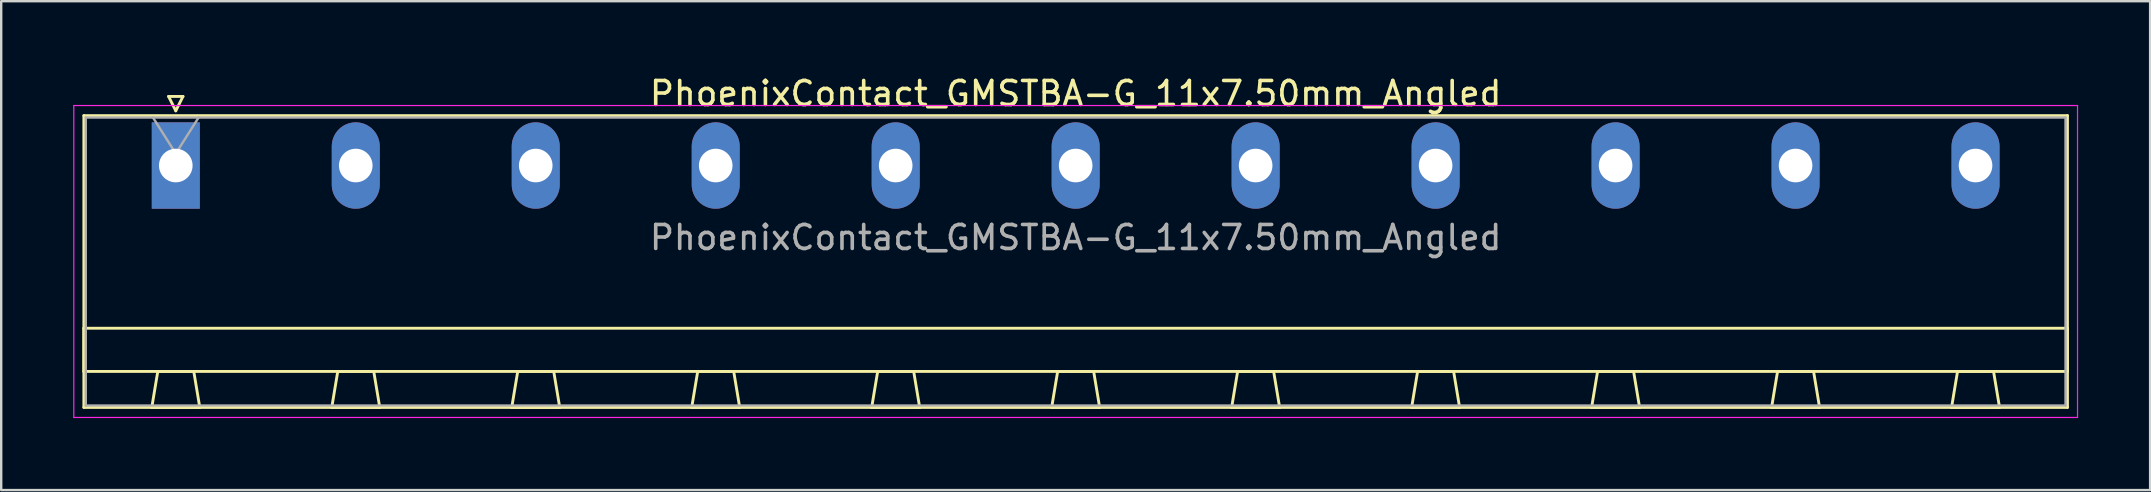
<source format=kicad_pcb>
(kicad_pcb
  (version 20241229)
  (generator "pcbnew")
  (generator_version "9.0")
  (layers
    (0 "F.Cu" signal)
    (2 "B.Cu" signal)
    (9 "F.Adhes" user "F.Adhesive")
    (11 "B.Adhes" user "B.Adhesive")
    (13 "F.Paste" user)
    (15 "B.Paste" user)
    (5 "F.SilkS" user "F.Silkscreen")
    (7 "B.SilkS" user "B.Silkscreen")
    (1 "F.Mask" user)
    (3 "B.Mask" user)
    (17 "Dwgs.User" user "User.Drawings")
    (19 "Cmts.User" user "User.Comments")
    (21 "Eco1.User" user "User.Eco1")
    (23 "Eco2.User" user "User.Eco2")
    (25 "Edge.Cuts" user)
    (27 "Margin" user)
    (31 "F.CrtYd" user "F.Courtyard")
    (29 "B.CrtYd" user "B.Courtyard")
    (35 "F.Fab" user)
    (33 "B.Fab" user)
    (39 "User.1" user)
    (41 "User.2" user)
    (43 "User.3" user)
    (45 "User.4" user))
  (footprint "PhoenixContact_GMSTBA-G_11x7.50mm_Angled"
    (layer "F.Cu")
    (at 4.275 3.848)
    (property "Reference" "PhoenixContact_GMSTBA-G_11x7.50mm_Angled" (at 37.5 -3 0) (layer "F.SilkS") (effects (font (size 1 1) (thickness 0.15))))
    (attr through_hole)
    (fp_line (start -3.83 -2.08) (end -3.83 10.08) (stroke (width 0.12) (type solid)) (layer "F.SilkS"))
    (fp_line (start -3.83 6.78) (end 78.83 6.78) (stroke (width 0.12) (type solid)) (layer "F.SilkS"))
    (fp_line (start -3.83 8.58) (end -3.83 6.78) (stroke (width 0.12) (type solid)) (layer "F.SilkS"))
    (fp_line (start -3.83 10.08) (end 78.83 10.08) (stroke (width 0.12) (type solid)) (layer "F.SilkS"))
    (fp_line (start -1 10.08) (end 1 10.08) (stroke (width 0.12) (type solid)) (layer "F.SilkS"))
    (fp_line (start -0.75 8.58) (end -1 10.08) (stroke (width 0.12) (type solid)) (layer "F.SilkS"))
    (fp_line (start -0.3 -2.88) (end 0.3 -2.88) (stroke (width 0.12) (type solid)) (layer "F.SilkS"))
    (fp_line (start 0 -2.28) (end -0.3 -2.88) (stroke (width 0.12) (type solid)) (layer "F.SilkS"))
    (fp_line (start 0.3 -2.88) (end 0 -2.28) (stroke (width 0.12) (type solid)) (layer "F.SilkS"))
    (fp_line (start 0.75 8.58) (end -0.75 8.58) (stroke (width 0.12) (type solid)) (layer "F.SilkS"))
    (fp_line (start 1 10.08) (end 0.75 8.58) (stroke (width 0.12) (type solid)) (layer "F.SilkS"))
    (fp_line (start 6.5 10.08) (end 8.5 10.08) (stroke (width 0.12) (type solid)) (layer "F.SilkS"))
    (fp_line (start 6.75 8.58) (end 6.5 10.08) (stroke (width 0.12) (type solid)) (layer "F.SilkS"))
    (fp_line (start 8.25 8.58) (end 6.75 8.58) (stroke (width 0.12) (type solid)) (layer "F.SilkS"))
    (fp_line (start 8.5 10.08) (end 8.25 8.58) (stroke (width 0.12) (type solid)) (layer "F.SilkS"))
    (fp_line (start 14 10.08) (end 16 10.08) (stroke (width 0.12) (type solid)) (layer "F.SilkS"))
    (fp_line (start 14.25 8.58) (end 14 10.08) (stroke (width 0.12) (type solid)) (layer "F.SilkS"))
    (fp_line (start 15.75 8.58) (end 14.25 8.58) (stroke (width 0.12) (type solid)) (layer "F.SilkS"))
    (fp_line (start 16 10.08) (end 15.75 8.58) (stroke (width 0.12) (type solid)) (layer "F.SilkS"))
    (fp_line (start 21.5 10.08) (end 23.5 10.08) (stroke (width 0.12) (type solid)) (layer "F.SilkS"))
    (fp_line (start 21.75 8.58) (end 21.5 10.08) (stroke (width 0.12) (type solid)) (layer "F.SilkS"))
    (fp_line (start 23.25 8.58) (end 21.75 8.58) (stroke (width 0.12) (type solid)) (layer "F.SilkS"))
    (fp_line (start 23.5 10.08) (end 23.25 8.58) (stroke (width 0.12) (type solid)) (layer "F.SilkS"))
    (fp_line (start 29 10.08) (end 31 10.08) (stroke (width 0.12) (type solid)) (layer "F.SilkS"))
    (fp_line (start 29.25 8.58) (end 29 10.08) (stroke (width 0.12) (type solid)) (layer "F.SilkS"))
    (fp_line (start 30.75 8.58) (end 29.25 8.58) (stroke (width 0.12) (type solid)) (layer "F.SilkS"))
    (fp_line (start 31 10.08) (end 30.75 8.58) (stroke (width 0.12) (type solid)) (layer "F.SilkS"))
    (fp_line (start 36.5 10.08) (end 38.5 10.08) (stroke (width 0.12) (type solid)) (layer "F.SilkS"))
    (fp_line (start 36.75 8.58) (end 36.5 10.08) (stroke (width 0.12) (type solid)) (layer "F.SilkS"))
    (fp_line (start 38.25 8.58) (end 36.75 8.58) (stroke (width 0.12) (type solid)) (layer "F.SilkS"))
    (fp_line (start 38.5 10.08) (end 38.25 8.58) (stroke (width 0.12) (type solid)) (layer "F.SilkS"))
    (fp_line (start 44 10.08) (end 46 10.08) (stroke (width 0.12) (type solid)) (layer "F.SilkS"))
    (fp_line (start 44.25 8.58) (end 44 10.08) (stroke (width 0.12) (type solid)) (layer "F.SilkS"))
    (fp_line (start 45.75 8.58) (end 44.25 8.58) (stroke (width 0.12) (type solid)) (layer "F.SilkS"))
    (fp_line (start 46 10.08) (end 45.75 8.58) (stroke (width 0.12) (type solid)) (layer "F.SilkS"))
    (fp_line (start 51.5 10.08) (end 53.5 10.08) (stroke (width 0.12) (type solid)) (layer "F.SilkS"))
    (fp_line (start 51.75 8.58) (end 51.5 10.08) (stroke (width 0.12) (type solid)) (layer "F.SilkS"))
    (fp_line (start 53.25 8.58) (end 51.75 8.58) (stroke (width 0.12) (type solid)) (layer "F.SilkS"))
    (fp_line (start 53.5 10.08) (end 53.25 8.58) (stroke (width 0.12) (type solid)) (layer "F.SilkS"))
    (fp_line (start 59 10.08) (end 61 10.08) (stroke (width 0.12) (type solid)) (layer "F.SilkS"))
    (fp_line (start 59.25 8.58) (end 59 10.08) (stroke (width 0.12) (type solid)) (layer "F.SilkS"))
    (fp_line (start 60.75 8.58) (end 59.25 8.58) (stroke (width 0.12) (type solid)) (layer "F.SilkS"))
    (fp_line (start 61 10.08) (end 60.75 8.58) (stroke (width 0.12) (type solid)) (layer "F.SilkS"))
    (fp_line (start 66.5 10.08) (end 68.5 10.08) (stroke (width 0.12) (type solid)) (layer "F.SilkS"))
    (fp_line (start 66.75 8.58) (end 66.5 10.08) (stroke (width 0.12) (type solid)) (layer "F.SilkS"))
    (fp_line (start 68.25 8.58) (end 66.75 8.58) (stroke (width 0.12) (type solid)) (layer "F.SilkS"))
    (fp_line (start 68.5 10.08) (end 68.25 8.58) (stroke (width 0.12) (type solid)) (layer "F.SilkS"))
    (fp_line (start 74 10.08) (end 76 10.08) (stroke (width 0.12) (type solid)) (layer "F.SilkS"))
    (fp_line (start 74.25 8.58) (end 74 10.08) (stroke (width 0.12) (type solid)) (layer "F.SilkS"))
    (fp_line (start 75.75 8.58) (end 74.25 8.58) (stroke (width 0.12) (type solid)) (layer "F.SilkS"))
    (fp_line (start 76 10.08) (end 75.75 8.58) (stroke (width 0.12) (type solid)) (layer "F.SilkS"))
    (fp_line (start 78.83 -2.08) (end -3.83 -2.08) (stroke (width 0.12) (type solid)) (layer "F.SilkS"))
    (fp_line (start 78.83 6.78) (end 78.83 8.58) (stroke (width 0.12) (type solid)) (layer "F.SilkS"))
    (fp_line (start 78.83 8.58) (end -3.83 8.58) (stroke (width 0.12) (type solid)) (layer "F.SilkS"))
    (fp_line (start 78.83 10.08) (end 78.83 -2.08) (stroke (width 0.12) (type solid)) (layer "F.SilkS"))
    (fp_line (start -4.25 -2.5) (end -4.25 10.5) (stroke (width 0.05) (type solid)) (layer "F.CrtYd"))
    (fp_line (start -4.25 10.5) (end 79.25 10.5) (stroke (width 0.05) (type solid)) (layer "F.CrtYd"))
    (fp_line (start 79.25 -2.5) (end -4.25 -2.5) (stroke (width 0.05) (type solid)) (layer "F.CrtYd"))
    (fp_line (start 79.25 10.5) (end 79.25 -2.5) (stroke (width 0.05) (type solid)) (layer "F.CrtYd"))
    (fp_line (start -3.75 -2) (end -3.75 10) (stroke (width 0.1) (type solid)) (layer "F.Fab"))
    (fp_line (start -3.75 10) (end 78.75 10) (stroke (width 0.1) (type solid)) (layer "F.Fab"))
    (fp_line (start 0 -0.5) (end -0.95 -2) (stroke (width 0.1) (type solid)) (layer "F.Fab"))
    (fp_line (start 0.95 -2) (end 0 -0.5) (stroke (width 0.1) (type solid)) (layer "F.Fab"))
    (fp_line (start 78.75 -2) (end -3.75 -2) (stroke (width 0.1) (type solid)) (layer "F.Fab"))
    (fp_line (start 78.75 10) (end 78.75 -2) (stroke (width 0.1) (type solid)) (layer "F.Fab"))
    (fp_text user "${REFERENCE}" (at 37.5 3 0) (layer "F.Fab") (effects (font (size 1 1) (thickness 0.15))))
    (pad "1" thru_hole rect (at 0 0) (size 2 3.6) (drill 1.4) (layers "*.Cu" "*.Mask"))
    (pad "2" thru_hole oval (at 7.5 0) (size 2 3.6) (drill 1.4) (layers "*.Cu" "*.Mask"))
    (pad "3" thru_hole oval (at 15 0) (size 2 3.6) (drill 1.4) (layers "*.Cu" "*.Mask"))
    (pad "4" thru_hole oval (at 22.5 0) (size 2 3.6) (drill 1.4) (layers "*.Cu" "*.Mask"))
    (pad "5" thru_hole oval (at 30 0) (size 2 3.6) (drill 1.4) (layers "*.Cu" "*.Mask"))
    (pad "6" thru_hole oval (at 37.5 0) (size 2 3.6) (drill 1.4) (layers "*.Cu" "*.Mask"))
    (pad "7" thru_hole oval (at 45 0) (size 2 3.6) (drill 1.4) (layers "*.Cu" "*.Mask"))
    (pad "8" thru_hole oval (at 52.5 0) (size 2 3.6) (drill 1.4) (layers "*.Cu" "*.Mask"))
    (pad "9" thru_hole oval (at 60 0) (size 2 3.6) (drill 1.4) (layers "*.Cu" "*.Mask"))
    (pad "10" thru_hole oval (at 67.5 0) (size 2 3.6) (drill 1.4) (layers "*.Cu" "*.Mask"))
    (pad "11" thru_hole oval (at 75 0) (size 2 3.6) (drill 1.4) (layers "*.Cu" "*.Mask")))
  (gr_rect
    (start -3 -3)
    (end 86.55 17.373)
    (stroke (width 0.1) (type default))
    (fill no)
    (layer "Edge.Cuts")))
</source>
